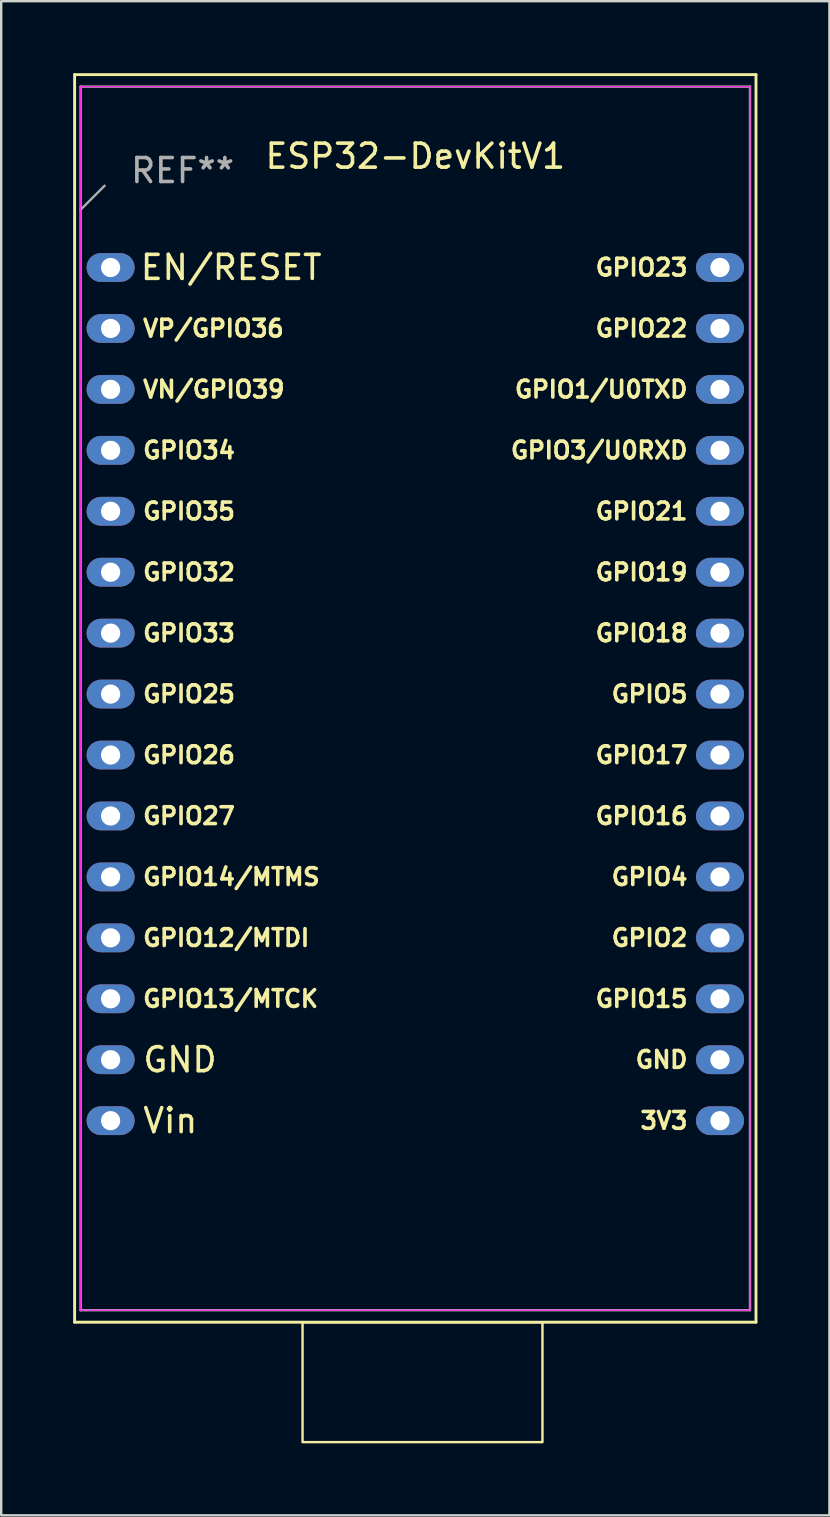
<source format=kicad_pcb>
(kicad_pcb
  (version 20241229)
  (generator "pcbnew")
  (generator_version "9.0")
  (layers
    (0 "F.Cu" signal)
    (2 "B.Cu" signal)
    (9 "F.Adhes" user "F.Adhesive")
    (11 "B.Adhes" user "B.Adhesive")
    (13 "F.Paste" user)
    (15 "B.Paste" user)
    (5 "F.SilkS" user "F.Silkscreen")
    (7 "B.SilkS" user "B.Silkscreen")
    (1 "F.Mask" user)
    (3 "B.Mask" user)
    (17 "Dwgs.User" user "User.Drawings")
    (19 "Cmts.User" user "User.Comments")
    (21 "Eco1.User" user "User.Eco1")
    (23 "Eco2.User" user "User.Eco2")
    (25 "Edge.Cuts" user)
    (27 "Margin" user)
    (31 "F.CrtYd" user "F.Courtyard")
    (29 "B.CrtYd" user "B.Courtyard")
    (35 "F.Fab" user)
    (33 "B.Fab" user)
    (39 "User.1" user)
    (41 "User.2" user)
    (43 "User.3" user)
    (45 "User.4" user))
  (footprint "ESP32-DevKitV1"
    (layer "F.Cu")
    (at 1.56 5.56)
    (property "Reference" "ESP32-DevKitV1" (at 12.7 -2.1 0) (layer "F.SilkS") (effects (font (size 1 1) (thickness 0.15))))
    (attr through_hole)
    (fp_line (start -1.5 -5.5) (end -1.5 46.5) (stroke (width 0.12) (type solid)) (layer "F.SilkS"))
    (fp_line (start -1.5 46.5) (end 26.9 46.5) (stroke (width 0.12) (type solid)) (layer "F.SilkS"))
    (fp_line (start 26.9 -5.5) (end -1.5 -5.5) (stroke (width 0.12) (type solid)) (layer "F.SilkS"))
    (fp_line (start 26.9 46.5) (end 26.9 -5.5) (stroke (width 0.12) (type solid)) (layer "F.SilkS"))
    (fp_rect (start 8 46.5) (end 18 51.5) (stroke (width 0.1) (type default)) (fill no) (layer "F.SilkS"))
    (fp_line (start -1.25 -5) (end 26.65 -5) (stroke (width 0.05) (type solid)) (layer "F.CrtYd"))
    (fp_line (start -1.25 46) (end -1.25 -5) (stroke (width 0.05) (type solid)) (layer "F.CrtYd"))
    (fp_line (start 26.65 -5) (end 26.65 46) (stroke (width 0.05) (type solid)) (layer "F.CrtYd"))
    (fp_line (start 26.65 46) (end -1.25 46) (stroke (width 0.05) (type solid)) (layer "F.CrtYd"))
    (fp_line (start -1.25 -5) (end 26.65 -5) (stroke (width 0.1) (type solid)) (layer "F.Fab"))
    (fp_line (start -1.25 46) (end -1.25 -5) (stroke (width 0.1) (type solid)) (layer "F.Fab"))
    (fp_line (start -0.25 -0.87) (end -1.25 0.13) (stroke (width 0.1) (type solid)) (layer "F.Fab"))
    (fp_line (start 26.65 -5) (end 26.65 46) (stroke (width 0.1) (type solid)) (layer "F.Fab"))
    (fp_line (start 26.65 46) (end -1.25 46) (stroke (width 0.1) (type solid)) (layer "F.Fab"))
    (fp_text user "GPIO1/U0TXD" (at 24.13 7.62 0) (unlocked yes) (layer "F.SilkS") (effects (font (size 0.7 0.7) (thickness 0.15)) (justify right)))
    (fp_text user "GPIO26" (at 1.27 22.86 0) (unlocked yes) (layer "F.SilkS") (effects (font (size 0.7 0.7) (thickness 0.15)) (justify left)))
    (fp_text user "GPIO22" (at 24.13 5.08 0) (unlocked yes) (layer "F.SilkS") (effects (font (size 0.7 0.7) (thickness 0.15)) (justify right)))
    (fp_text user "Vin" (at 1.27 38.1 0) (unlocked yes) (layer "F.SilkS") (effects (font (size 1 1) (thickness 0.15)) (justify left)))
    (fp_text user "GPIO16" (at 24.13 25.4 0) (unlocked yes) (layer "F.SilkS") (effects (font (size 0.7 0.7) (thickness 0.15)) (justify right)))
    (fp_text user "GPIO14/MTMS" (at 1.27 27.94 0) (unlocked yes) (layer "F.SilkS") (effects (font (size 0.7 0.7) (thickness 0.15)) (justify left)))
    (fp_text user "EN/RESET" (at 8.886 2.537 0) (unlocked yes) (layer "F.SilkS") (effects (font (size 1 1) (thickness 0.15)) (justify right)))
    (fp_text user "GPIO34" (at 1.27 10.16 0) (unlocked yes) (layer "F.SilkS") (effects (font (size 0.7 0.7) (thickness 0.15)) (justify left)))
    (fp_text user "GPIO33" (at 1.27 17.78 0) (unlocked yes) (layer "F.SilkS") (effects (font (size 0.7 0.7) (thickness 0.15)) (justify left)))
    (fp_text user "GPIO25" (at 1.27 20.32 0) (unlocked yes) (layer "F.SilkS") (effects (font (size 0.7 0.7) (thickness 0.15)) (justify left)))
    (fp_text user "GPIO4" (at 24.13 27.94 0) (unlocked yes) (layer "F.SilkS") (effects (font (size 0.7 0.7) (thickness 0.15)) (justify right)))
    (fp_text user "VN/GPIO39" (at 1.27 7.62 0) (unlocked yes) (layer "F.SilkS") (effects (font (size 0.7 0.7) (thickness 0.15)) (justify left)))
    (fp_text user "GPIO18" (at 24.13 17.78 0) (unlocked yes) (layer "F.SilkS") (effects (font (size 0.7 0.7) (thickness 0.15)) (justify right)))
    (fp_text user "GPIO15" (at 24.13 33.02 0) (unlocked yes) (layer "F.SilkS") (effects (font (size 0.7 0.7) (thickness 0.15)) (justify right)))
    (fp_text user "GPIO12/MTDI" (at 1.27 30.48 0) (unlocked yes) (layer "F.SilkS") (effects (font (size 0.7 0.7) (thickness 0.15)) (justify left)))
    (fp_text user "GPIO27" (at 1.27 25.4 0) (unlocked yes) (layer "F.SilkS") (effects (font (size 0.7 0.7) (thickness 0.15)) (justify left)))
    (fp_text user "GPIO3/U0RXD" (at 24.13 10.16 0) (unlocked yes) (layer "F.SilkS") (effects (font (size 0.7 0.7) (thickness 0.15)) (justify right)))
    (fp_text user "GPIO21" (at 24.13 12.7 0) (unlocked yes) (layer "F.SilkS") (effects (font (size 0.7 0.7) (thickness 0.15)) (justify right)))
    (fp_text user "GPIO32" (at 1.27 15.24 0) (unlocked yes) (layer "F.SilkS") (effects (font (size 0.7 0.7) (thickness 0.15)) (justify left)))
    (fp_text user "VP/GPIO36" (at 1.27 5.08 0) (unlocked yes) (layer "F.SilkS") (effects (font (size 0.7 0.7) (thickness 0.15)) (justify left)))
    (fp_text user "GPIO17" (at 24.13 22.86 0) (unlocked yes) (layer "F.SilkS") (effects (font (size 0.7 0.7) (thickness 0.15)) (justify right)))
    (fp_text user "3V3" (at 24.13 38.1 0) (unlocked yes) (layer "F.SilkS") (effects (font (size 0.7 0.7) (thickness 0.15)) (justify right)))
    (fp_text user "GPIO23" (at 24.13 2.54 0) (unlocked yes) (layer "F.SilkS") (effects (font (size 0.7 0.7) (thickness 0.15)) (justify right)))
    (fp_text user "GND" (at 1.27 35.56 0) (unlocked yes) (layer "F.SilkS") (effects (font (size 1 1) (thickness 0.15)) (justify left)))
    (fp_text user "GPIO35" (at 1.27 12.7 0) (unlocked yes) (layer "F.SilkS") (effects (font (size 0.7 0.7) (thickness 0.15)) (justify left)))
    (fp_text user "GPIO2" (at 24.13 30.48 0) (unlocked yes) (layer "F.SilkS") (effects (font (size 0.7 0.7) (thickness 0.15)) (justify right)))
    (fp_text user "GPIO13/MTCK" (at 1.27 33.02 0) (unlocked yes) (layer "F.SilkS") (effects (font (size 0.7 0.7) (thickness 0.15)) (justify left)))
    (fp_text user "GPIO19" (at 24.13 15.24 0) (unlocked yes) (layer "F.SilkS") (effects (font (size 0.7 0.7) (thickness 0.15)) (justify right)))
    (fp_text user "GPIO5" (at 24.13 20.32 0) (unlocked yes) (layer "F.SilkS") (effects (font (size 0.7 0.7) (thickness 0.15)) (justify right)))
    (fp_text user "GND" (at 24.13 35.56 0) (unlocked yes) (layer "F.SilkS") (effects (font (size 0.7 0.7) (thickness 0.15)) (justify right)))
    (fp_text user "REF**" (at 3 -1.5 0) (layer "F.Fab") (effects (font (size 1 1) (thickness 0.15))))
    (pad "1" thru_hole oval (at 0 2.54 270) (size 1.2 2) (drill 0.8) (layers "*.Cu" "*.Mask"))
    (pad "2" thru_hole oval (at 0 5.08 270) (size 1.2 2) (drill 0.8) (layers "*.Cu" "*.Mask"))
    (pad "3" thru_hole oval (at 0 7.62 270) (size 1.2 2) (drill 0.8) (layers "*.Cu" "*.Mask"))
    (pad "4" thru_hole oval (at 0 10.16 270) (size 1.2 2) (drill 0.8) (layers "*.Cu" "*.Mask"))
    (pad "5" thru_hole oval (at 0 12.7 270) (size 1.2 2) (drill 0.8) (layers "*.Cu" "*.Mask"))
    (pad "6" thru_hole oval (at 0 15.24 270) (size 1.2 2) (drill 0.8) (layers "*.Cu" "*.Mask"))
    (pad "7" thru_hole oval (at 0 17.78 270) (size 1.2 2) (drill 0.8) (layers "*.Cu" "*.Mask"))
    (pad "8" thru_hole oval (at 0 20.32 270) (size 1.2 2) (drill 0.8) (layers "*.Cu" "*.Mask"))
    (pad "9" thru_hole oval (at 0 22.86 270) (size 1.2 2) (drill 0.8) (layers "*.Cu" "*.Mask"))
    (pad "10" thru_hole oval (at 0 25.4 270) (size 1.2 2) (drill 0.8) (layers "*.Cu" "*.Mask"))
    (pad "11" thru_hole oval (at 0 27.94 270) (size 1.2 2) (drill 0.8) (layers "*.Cu" "*.Mask"))
    (pad "12" thru_hole oval (at 0 30.48 270) (size 1.2 2) (drill 0.8) (layers "*.Cu" "*.Mask"))
    (pad "13" thru_hole oval (at 0 33.02 270) (size 1.2 2) (drill 0.8) (layers "*.Cu" "*.Mask"))
    (pad "14" thru_hole oval (at 0 35.56 270) (size 1.2 2) (drill 0.8) (layers "*.Cu" "*.Mask"))
    (pad "15" thru_hole oval (at 0 38.1 270) (size 1.2 2) (drill 0.8) (layers "*.Cu" "*.Mask"))
    (pad "16" thru_hole oval (at 25.4 38.1 270) (size 1.2 2) (drill 0.8) (layers "*.Cu" "*.Mask"))
    (pad "17" thru_hole oval (at 25.4 35.56 270) (size 1.2 2) (drill 0.8) (layers "*.Cu" "*.Mask"))
    (pad "18" thru_hole oval (at 25.4 33.02 270) (size 1.2 2) (drill 0.8) (layers "*.Cu" "*.Mask"))
    (pad "19" thru_hole oval (at 25.4 30.48 270) (size 1.2 2) (drill 0.8) (layers "*.Cu" "*.Mask"))
    (pad "20" thru_hole oval (at 25.4 27.94 270) (size 1.2 2) (drill 0.8) (layers "*.Cu" "*.Mask"))
    (pad "21" thru_hole oval (at 25.4 25.4 270) (size 1.2 2) (drill 0.8) (layers "*.Cu" "*.Mask"))
    (pad "22" thru_hole oval (at 25.4 22.86 270) (size 1.2 2) (drill 0.8) (layers "*.Cu" "*.Mask"))
    (pad "23" thru_hole oval (at 25.4 20.32 270) (size 1.2 2) (drill 0.8) (layers "*.Cu" "*.Mask"))
    (pad "24" thru_hole oval (at 25.4 17.78 270) (size 1.2 2) (drill 0.8) (layers "*.Cu" "*.Mask"))
    (pad "25" thru_hole oval (at 25.4 15.24 270) (size 1.2 2) (drill 0.8) (layers "*.Cu" "*.Mask"))
    (pad "26" thru_hole oval (at 25.4 12.7 270) (size 1.2 2) (drill 0.8) (layers "*.Cu" "*.Mask"))
    (pad "27" thru_hole oval (at 25.4 10.16 270) (size 1.2 2) (drill 0.8) (layers "*.Cu" "*.Mask"))
    (pad "28" thru_hole oval (at 25.4 7.62 270) (size 1.2 2) (drill 0.8) (layers "*.Cu" "*.Mask"))
    (pad "29" thru_hole oval (at 25.4 5.08 270) (size 1.2 2) (drill 0.8) (layers "*.Cu" "*.Mask"))
    (pad "30" thru_hole oval (at 25.4 2.54 270) (size 1.2 2) (drill 0.8) (layers "*.Cu" "*.Mask")))
  (gr_rect
    (start -3 -3)
    (end 31.52 60.11)
    (stroke (width 0.1) (type default))
    (fill no)
    (layer "Edge.Cuts")))
</source>
